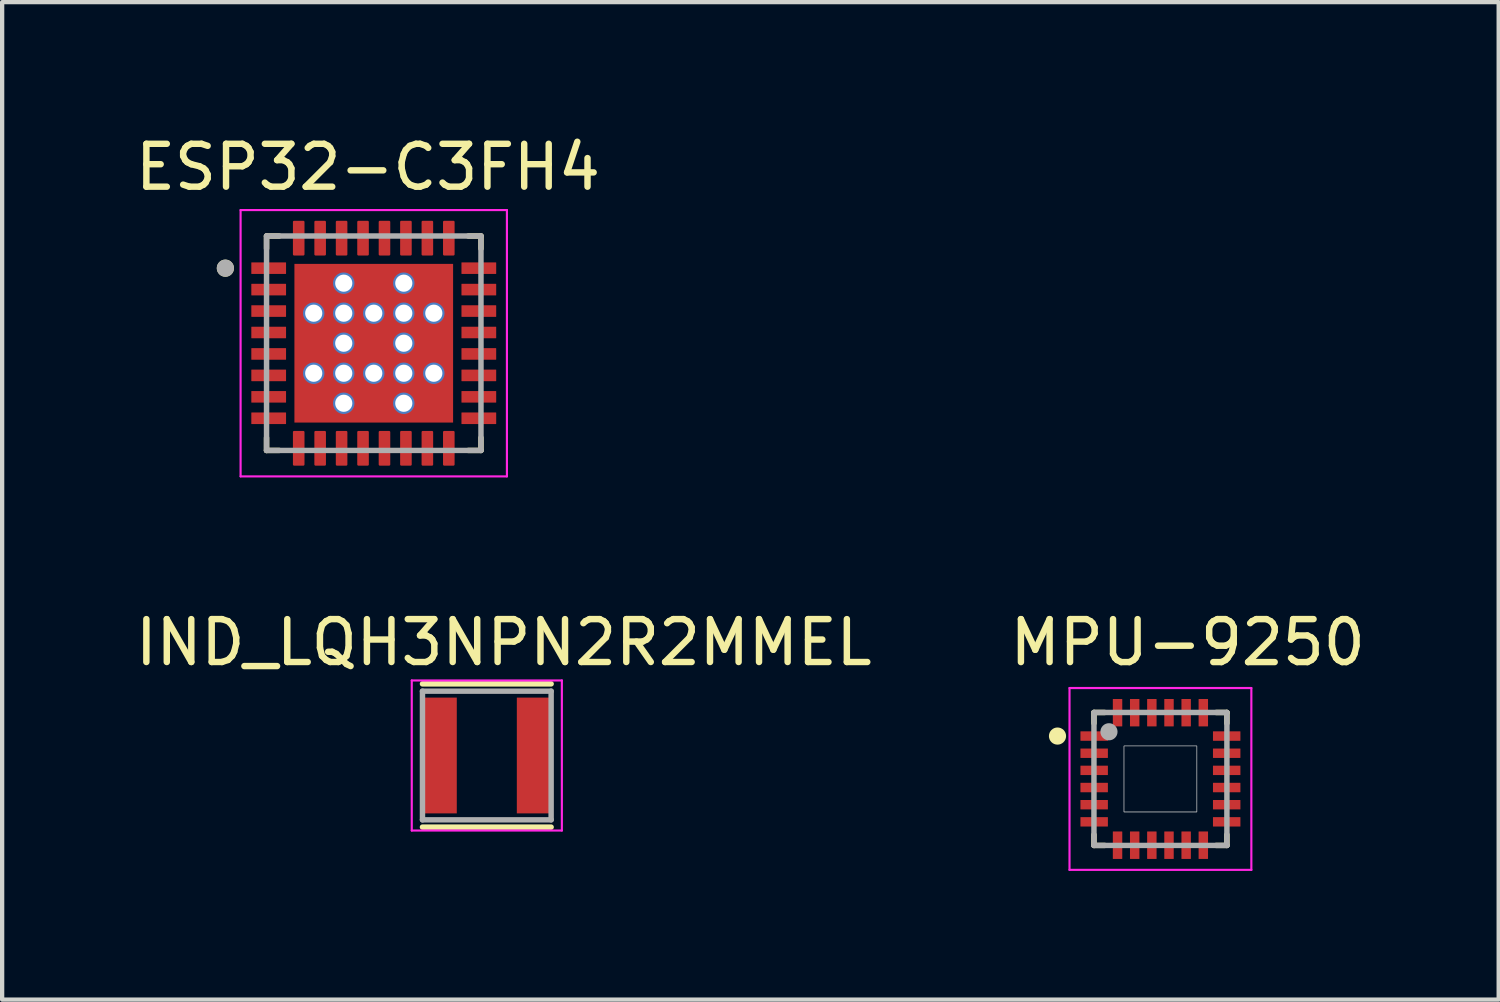
<source format=kicad_pcb>
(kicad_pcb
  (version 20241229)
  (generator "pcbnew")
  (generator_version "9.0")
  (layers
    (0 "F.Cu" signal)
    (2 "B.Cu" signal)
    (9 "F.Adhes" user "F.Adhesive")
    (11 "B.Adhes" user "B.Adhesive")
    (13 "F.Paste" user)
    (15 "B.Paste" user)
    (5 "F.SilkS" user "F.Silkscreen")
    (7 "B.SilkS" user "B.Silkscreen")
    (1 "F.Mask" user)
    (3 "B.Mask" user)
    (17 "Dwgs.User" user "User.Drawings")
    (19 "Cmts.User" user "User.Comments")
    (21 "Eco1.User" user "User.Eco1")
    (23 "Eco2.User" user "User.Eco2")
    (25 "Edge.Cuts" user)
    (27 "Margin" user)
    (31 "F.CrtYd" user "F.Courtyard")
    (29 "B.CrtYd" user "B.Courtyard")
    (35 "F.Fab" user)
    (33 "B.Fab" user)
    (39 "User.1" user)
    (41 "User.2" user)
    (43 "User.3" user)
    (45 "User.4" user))
  (footprint "IND_LQH3NPN2R2MMEL"
    (layer "F.Cu")
    (at 8.301 14.566)
    (property "Reference" "IND_LQH3NPN2R2MMEL" (at 0.395 -2.635 0) (layer "F.SilkS") (effects (font (size 1 1) (thickness 0.15))))
    (attr through_hole)
    (fp_line (start -1.5 -1.67) (end 1.5 -1.67) (stroke (width 0.127) (type solid)) (layer "F.SilkS"))
    (fp_line (start -1.5 1.67) (end 1.5 1.67) (stroke (width 0.127) (type solid)) (layer "F.SilkS"))
    (fp_line (start -1.75 -1.75) (end 1.75 -1.75) (stroke (width 0.05) (type solid)) (layer "F.CrtYd"))
    (fp_line (start -1.75 1.75) (end -1.75 -1.75) (stroke (width 0.05) (type solid)) (layer "F.CrtYd"))
    (fp_line (start 1.75 -1.75) (end 1.75 1.75) (stroke (width 0.05) (type solid)) (layer "F.CrtYd"))
    (fp_line (start 1.75 1.75) (end -1.75 1.75) (stroke (width 0.05) (type solid)) (layer "F.CrtYd"))
    (fp_line (start -1.5 -1.5) (end 1.5 -1.5) (stroke (width 0.127) (type solid)) (layer "F.Fab"))
    (fp_line (start -1.5 1.5) (end -1.5 -1.5) (stroke (width 0.127) (type solid)) (layer "F.Fab"))
    (fp_line (start 1.5 -1.5) (end 1.5 1.5) (stroke (width 0.127) (type solid)) (layer "F.Fab"))
    (fp_line (start 1.5 1.5) (end -1.5 1.5) (stroke (width 0.127) (type solid)) (layer "F.Fab"))
    (pad "1" smd rect (at -1.1 0) (size 0.8 2.7) (layers "F.Cu" "F.Mask" "F.Paste"))
    (pad "2" smd rect (at 1.1 0 180) (size 0.8 2.7) (layers "F.Cu" "F.Mask" "F.Paste")))
  (footprint "ESP32-C3FH4"
    (layer "F.Cu")
    (at 5.665 4.953)
    (property "Reference" "ESP32-C3FH4" (at -0.135 -4.105 0) (layer "F.SilkS") (effects (font (size 1 1) (thickness 0.15))))
    (attr through_hole)
    (fp_line (start -2.5 -2.5) (end -2.5 -2.205) (stroke (width 0.127) (type solid)) (layer "F.SilkS"))
    (fp_line (start -2.5 -2.5) (end -2.205 -2.5) (stroke (width 0.127) (type solid)) (layer "F.SilkS"))
    (fp_line (start -2.5 2.5) (end -2.5 2.205) (stroke (width 0.127) (type solid)) (layer "F.SilkS"))
    (fp_line (start -2.5 2.5) (end -2.205 2.5) (stroke (width 0.127) (type solid)) (layer "F.SilkS"))
    (fp_line (start 2.5 -2.5) (end 2.205 -2.5) (stroke (width 0.127) (type solid)) (layer "F.SilkS"))
    (fp_line (start 2.5 -2.5) (end 2.5 -2.205) (stroke (width 0.127) (type solid)) (layer "F.SilkS"))
    (fp_line (start 2.5 2.5) (end 2.205 2.5) (stroke (width 0.127) (type solid)) (layer "F.SilkS"))
    (fp_line (start 2.5 2.5) (end 2.5 2.205) (stroke (width 0.127) (type solid)) (layer "F.SilkS"))
    (fp_circle (center -3.46 -1.75) (end -3.36 -1.75) (stroke (width 0.2) (type solid)) (fill no) (layer "F.SilkS"))
    (fp_poly (pts (xy -1.85 -1.85) (xy -0.95 -1.85) (xy -0.95 -0.95) (xy -1.85 -0.95)) (stroke (width 0.01) (type solid)) (fill yes) (layer "F.Paste"))
    (fp_poly (pts (xy -1.85 -0.45) (xy -0.95 -0.45) (xy -0.95 0.45) (xy -1.85 0.45)) (stroke (width 0.01) (type solid)) (fill yes) (layer "F.Paste"))
    (fp_poly (pts (xy -1.85 0.95) (xy -0.95 0.95) (xy -0.95 1.85) (xy -1.85 1.85)) (stroke (width 0.01) (type solid)) (fill yes) (layer "F.Paste"))
    (fp_poly (pts (xy -0.45 -1.85) (xy 0.45 -1.85) (xy 0.45 -0.95) (xy -0.45 -0.95)) (stroke (width 0.01) (type solid)) (fill yes) (layer "F.Paste"))
    (fp_poly (pts (xy -0.45 -0.45) (xy 0.45 -0.45) (xy 0.45 0.45) (xy -0.45 0.45)) (stroke (width 0.01) (type solid)) (fill yes) (layer "F.Paste"))
    (fp_poly (pts (xy -0.45 0.95) (xy 0.45 0.95) (xy 0.45 1.85) (xy -0.45 1.85)) (stroke (width 0.01) (type solid)) (fill yes) (layer "F.Paste"))
    (fp_poly (pts (xy 0.95 -1.85) (xy 1.85 -1.85) (xy 1.85 -0.95) (xy 0.95 -0.95)) (stroke (width 0.01) (type solid)) (fill yes) (layer "F.Paste"))
    (fp_poly (pts (xy 0.95 -0.45) (xy 1.85 -0.45) (xy 1.85 0.45) (xy 0.95 0.45)) (stroke (width 0.01) (type solid)) (fill yes) (layer "F.Paste"))
    (fp_poly (pts (xy 0.95 0.95) (xy 1.85 0.95) (xy 1.85 1.85) (xy 0.95 1.85)) (stroke (width 0.01) (type solid)) (fill yes) (layer "F.Paste"))
    (fp_line (start -3.105 -3.105) (end 3.105 -3.105) (stroke (width 0.05) (type solid)) (layer "F.CrtYd"))
    (fp_line (start -3.105 3.105) (end -3.105 -3.105) (stroke (width 0.05) (type solid)) (layer "F.CrtYd"))
    (fp_line (start -3.105 3.105) (end 3.105 3.105) (stroke (width 0.05) (type solid)) (layer "F.CrtYd"))
    (fp_line (start 3.105 3.105) (end 3.105 -3.105) (stroke (width 0.05) (type solid)) (layer "F.CrtYd"))
    (fp_line (start -2.5 2.5) (end -2.5 -2.5) (stroke (width 0.127) (type solid)) (layer "F.Fab"))
    (fp_line (start 2.5 -2.5) (end -2.5 -2.5) (stroke (width 0.127) (type solid)) (layer "F.Fab"))
    (fp_line (start 2.5 2.5) (end -2.5 2.5) (stroke (width 0.127) (type solid)) (layer "F.Fab"))
    (fp_line (start 2.5 2.5) (end 2.5 -2.5) (stroke (width 0.127) (type solid)) (layer "F.Fab"))
    (fp_circle (center -3.46 -1.75) (end -3.36 -1.75) (stroke (width 0.2) (type solid)) (fill no) (layer "F.Fab"))
    (pad "1" smd roundrect (at -2.45 -1.75) (size 0.81 0.27) (layers "F.Cu" "F.Mask" "F.Paste") (roundrect_rratio 0.03))
    (pad "2" smd roundrect (at -2.45 -1.25) (size 0.81 0.27) (layers "F.Cu" "F.Mask" "F.Paste") (roundrect_rratio 0.03))
    (pad "3" smd roundrect (at -2.45 -0.75) (size 0.81 0.27) (layers "F.Cu" "F.Mask" "F.Paste") (roundrect_rratio 0.03))
    (pad "4" smd roundrect (at -2.45 -0.25) (size 0.81 0.27) (layers "F.Cu" "F.Mask" "F.Paste") (roundrect_rratio 0.03))
    (pad "5" smd roundrect (at -2.45 0.25) (size 0.81 0.27) (layers "F.Cu" "F.Mask" "F.Paste") (roundrect_rratio 0.03))
    (pad "6" smd roundrect (at -2.45 0.75) (size 0.81 0.27) (layers "F.Cu" "F.Mask" "F.Paste") (roundrect_rratio 0.03))
    (pad "7" smd roundrect (at -2.45 1.25) (size 0.81 0.27) (layers "F.Cu" "F.Mask" "F.Paste") (roundrect_rratio 0.03))
    (pad "8" smd roundrect (at -2.45 1.75) (size 0.81 0.27) (layers "F.Cu" "F.Mask" "F.Paste") (roundrect_rratio 0.03))
    (pad "9" smd roundrect (at -1.75 2.45) (size 0.27 0.81) (layers "F.Cu" "F.Mask" "F.Paste") (roundrect_rratio 0.1))
    (pad "10" smd roundrect (at -1.25 2.45) (size 0.27 0.81) (layers "F.Cu" "F.Mask" "F.Paste") (roundrect_rratio 0.1))
    (pad "11" smd roundrect (at -0.75 2.45) (size 0.27 0.81) (layers "F.Cu" "F.Mask" "F.Paste") (roundrect_rratio 0.1))
    (pad "12" smd roundrect (at -0.25 2.45) (size 0.27 0.81) (layers "F.Cu" "F.Mask" "F.Paste") (roundrect_rratio 0.1))
    (pad "13" smd roundrect (at 0.25 2.45) (size 0.27 0.81) (layers "F.Cu" "F.Mask" "F.Paste") (roundrect_rratio 0.1))
    (pad "14" smd roundrect (at 0.75 2.45) (size 0.27 0.81) (layers "F.Cu" "F.Mask" "F.Paste") (roundrect_rratio 0.1))
    (pad "15" smd roundrect (at 1.25 2.45) (size 0.27 0.81) (layers "F.Cu" "F.Mask" "F.Paste") (roundrect_rratio 0.1))
    (pad "16" smd roundrect (at 1.75 2.45) (size 0.27 0.81) (layers "F.Cu" "F.Mask" "F.Paste") (roundrect_rratio 0.1))
    (pad "17" smd roundrect (at 2.45 1.75) (size 0.81 0.27) (layers "F.Cu" "F.Mask" "F.Paste") (roundrect_rratio 0.03))
    (pad "18" smd roundrect (at 2.45 1.25) (size 0.81 0.27) (layers "F.Cu" "F.Mask" "F.Paste") (roundrect_rratio 0.03))
    (pad "19" smd roundrect (at 2.45 0.75) (size 0.81 0.27) (layers "F.Cu" "F.Mask" "F.Paste") (roundrect_rratio 0.03))
    (pad "20" smd roundrect (at 2.45 0.25) (size 0.81 0.27) (layers "F.Cu" "F.Mask" "F.Paste") (roundrect_rratio 0.03))
    (pad "21" smd roundrect (at 2.45 -0.25) (size 0.81 0.27) (layers "F.Cu" "F.Mask" "F.Paste") (roundrect_rratio 0.03))
    (pad "22" smd roundrect (at 2.45 -0.75) (size 0.81 0.27) (layers "F.Cu" "F.Mask" "F.Paste") (roundrect_rratio 0.03))
    (pad "23" smd roundrect (at 2.45 -1.25) (size 0.81 0.27) (layers "F.Cu" "F.Mask" "F.Paste") (roundrect_rratio 0.03))
    (pad "24" smd roundrect (at 2.45 -1.75) (size 0.81 0.27) (layers "F.Cu" "F.Mask" "F.Paste") (roundrect_rratio 0.03))
    (pad "25" smd roundrect (at 1.75 -2.45) (size 0.27 0.81) (layers "F.Cu" "F.Mask" "F.Paste") (roundrect_rratio 0.1))
    (pad "26" smd roundrect (at 1.25 -2.45) (size 0.27 0.81) (layers "F.Cu" "F.Mask" "F.Paste") (roundrect_rratio 0.1))
    (pad "27" smd roundrect (at 0.75 -2.45) (size 0.27 0.81) (layers "F.Cu" "F.Mask" "F.Paste") (roundrect_rratio 0.1))
    (pad "28" smd roundrect (at 0.25 -2.45) (size 0.27 0.81) (layers "F.Cu" "F.Mask" "F.Paste") (roundrect_rratio 0.1))
    (pad "29" smd roundrect (at -0.25 -2.45) (size 0.27 0.81) (layers "F.Cu" "F.Mask" "F.Paste") (roundrect_rratio 0.1))
    (pad "30" smd roundrect (at -0.75 -2.45) (size 0.27 0.81) (layers "F.Cu" "F.Mask" "F.Paste") (roundrect_rratio 0.1))
    (pad "31" smd roundrect (at -1.25 -2.45) (size 0.27 0.81) (layers "F.Cu" "F.Mask" "F.Paste") (roundrect_rratio 0.1))
    (pad "32" smd roundrect (at -1.75 -2.45) (size 0.27 0.81) (layers "F.Cu" "F.Mask" "F.Paste") (roundrect_rratio 0.1))
    (pad "33" smd rect (at 0 0) (size 3.7 3.7) (layers "F.Cu" "F.Mask"))
    (pad "34" thru_hole circle (at -0.7 -1.4) (size 0.5 0.5) (drill 0.4) (layers "*.Cu"))
    (pad "35" thru_hole circle (at 0.7 -1.4) (size 0.5 0.5) (drill 0.4) (layers "*.Cu"))
    (pad "36" thru_hole circle (at -1.4 -0.7) (size 0.5 0.5) (drill 0.4) (layers "*.Cu"))
    (pad "37" thru_hole circle (at -0.7 -0.7) (size 0.5 0.5) (drill 0.4) (layers "*.Cu"))
    (pad "38" thru_hole circle (at 0 -0.7) (size 0.5 0.5) (drill 0.4) (layers "*.Cu"))
    (pad "39" thru_hole circle (at 0.7 -0.7) (size 0.5 0.5) (drill 0.4) (layers "*.Cu"))
    (pad "40" thru_hole circle (at 1.4 -0.7) (size 0.5 0.5) (drill 0.4) (layers "*.Cu"))
    (pad "41" thru_hole circle (at -0.7 0) (size 0.5 0.5) (drill 0.4) (layers "*.Cu"))
    (pad "42" thru_hole circle (at 0.7 0) (size 0.5 0.5) (drill 0.4) (layers "*.Cu"))
    (pad "43" thru_hole circle (at -1.4 0.7) (size 0.5 0.5) (drill 0.4) (layers "*.Cu"))
    (pad "44" thru_hole circle (at -0.7 0.7) (size 0.5 0.5) (drill 0.4) (layers "*.Cu"))
    (pad "45" thru_hole circle (at 0 0.7) (size 0.5 0.5) (drill 0.4) (layers "*.Cu"))
    (pad "46" thru_hole circle (at 0.7 0.7) (size 0.5 0.5) (drill 0.4) (layers "*.Cu"))
    (pad "47" thru_hole circle (at 1.4 0.7) (size 0.5 0.5) (drill 0.4) (layers "*.Cu"))
    (pad "48" thru_hole circle (at -0.7 1.4) (size 0.5 0.5) (drill 0.4) (layers "*.Cu"))
    (pad "49" thru_hole circle (at 0.7 1.4) (size 0.5 0.5) (drill 0.4) (layers "*.Cu")))
  (footprint "MPU-9250"
    (layer "F.Cu")
    (at 24.008 15.113)
    (property "Reference" "MPU-9250" (at 0.636 -3.181 0) (layer "F.SilkS") (effects (font (size 1.002 1.002) (thickness 0.15))))
    (attr through_hole)
    (fp_line (start -1.55 -1.55) (end -1.55 -1.3) (stroke (width 0.127) (type solid)) (layer "F.SilkS"))
    (fp_line (start -1.55 1.3) (end -1.55 1.55) (stroke (width 0.127) (type solid)) (layer "F.SilkS"))
    (fp_line (start -1.55 1.55) (end -1.3 1.55) (stroke (width 0.127) (type solid)) (layer "F.SilkS"))
    (fp_line (start -1.3 -1.55) (end -1.55 -1.55) (stroke (width 0.127) (type solid)) (layer "F.SilkS"))
    (fp_line (start 1.3 -1.55) (end 1.55 -1.55) (stroke (width 0.127) (type solid)) (layer "F.SilkS"))
    (fp_line (start 1.55 -1.55) (end 1.55 -1.3) (stroke (width 0.127) (type solid)) (layer "F.SilkS"))
    (fp_line (start 1.55 1.3) (end 1.55 1.55) (stroke (width 0.127) (type solid)) (layer "F.SilkS"))
    (fp_line (start 1.55 1.55) (end 1.3 1.55) (stroke (width 0.127) (type solid)) (layer "F.SilkS"))
    (fp_circle (center -2.4 -1) (end -2.3 -1) (stroke (width 0.2) (type solid)) (fill no) (layer "F.SilkS"))
    (fp_poly (pts (xy -0.85 -0.77) (xy 0.85 -0.77) (xy 0.85 0.77) (xy -0.85 0.77)) (stroke (width 0.01) (type solid)) (fill no) (layer "Dwgs.User"))
    (fp_poly (pts (xy -0.85 -0.77) (xy 0.85 -0.77) (xy 0.85 0.77) (xy -0.85 0.77)) (stroke (width 0.01) (type solid)) (fill no) (layer "Dwgs.User"))
    (fp_line (start -2.12 -2.12) (end 2.12 -2.12) (stroke (width 0.05) (type solid)) (layer "F.CrtYd"))
    (fp_line (start -2.12 2.12) (end -2.12 -2.12) (stroke (width 0.05) (type solid)) (layer "F.CrtYd"))
    (fp_line (start 2.12 -2.12) (end 2.12 2.12) (stroke (width 0.05) (type solid)) (layer "F.CrtYd"))
    (fp_line (start 2.12 2.12) (end -2.12 2.12) (stroke (width 0.05) (type solid)) (layer "F.CrtYd"))
    (fp_line (start -1.55 -1.55) (end 1.55 -1.55) (stroke (width 0.127) (type solid)) (layer "F.Fab"))
    (fp_line (start -1.55 1.55) (end -1.55 -1.55) (stroke (width 0.127) (type solid)) (layer "F.Fab"))
    (fp_line (start 1.55 -1.55) (end 1.55 1.55) (stroke (width 0.127) (type solid)) (layer "F.Fab"))
    (fp_line (start 1.55 1.55) (end -1.55 1.55) (stroke (width 0.127) (type solid)) (layer "F.Fab"))
    (fp_circle (center -1.2 -1.1) (end -1.1 -1.1) (stroke (width 0.2) (type solid)) (fill no) (layer "F.Fab"))
    (pad "1" smd roundrect (at -1.545 -1) (size 0.64 0.22) (layers "F.Cu" "F.Mask" "F.Paste") (roundrect_rratio 0.03))
    (pad "2" smd roundrect (at -1.545 -0.6) (size 0.64 0.22) (layers "F.Cu" "F.Mask" "F.Paste") (roundrect_rratio 0.03))
    (pad "3" smd roundrect (at -1.545 -0.2) (size 0.64 0.22) (layers "F.Cu" "F.Mask" "F.Paste") (roundrect_rratio 0.03))
    (pad "4" smd roundrect (at -1.545 0.2) (size 0.64 0.22) (layers "F.Cu" "F.Mask" "F.Paste") (roundrect_rratio 0.03))
    (pad "5" smd roundrect (at -1.545 0.6) (size 0.64 0.22) (layers "F.Cu" "F.Mask" "F.Paste") (roundrect_rratio 0.03))
    (pad "6" smd roundrect (at -1.545 1) (size 0.64 0.22) (layers "F.Cu" "F.Mask" "F.Paste") (roundrect_rratio 0.03))
    (pad "7" smd roundrect (at -1 1.545 90) (size 0.64 0.22) (layers "F.Cu" "F.Mask" "F.Paste") (roundrect_rratio 0.03))
    (pad "8" smd roundrect (at -0.6 1.545 90) (size 0.64 0.22) (layers "F.Cu" "F.Mask" "F.Paste") (roundrect_rratio 0.03))
    (pad "9" smd roundrect (at -0.2 1.545 90) (size 0.64 0.22) (layers "F.Cu" "F.Mask" "F.Paste") (roundrect_rratio 0.03))
    (pad "10" smd roundrect (at 0.2 1.545 90) (size 0.64 0.22) (layers "F.Cu" "F.Mask" "F.Paste") (roundrect_rratio 0.03))
    (pad "11" smd roundrect (at 0.6 1.545 90) (size 0.64 0.22) (layers "F.Cu" "F.Mask" "F.Paste") (roundrect_rratio 0.03))
    (pad "12" smd roundrect (at 1 1.545 90) (size 0.64 0.22) (layers "F.Cu" "F.Mask" "F.Paste") (roundrect_rratio 0.03))
    (pad "13" smd roundrect (at 1.545 1 180) (size 0.64 0.22) (layers "F.Cu" "F.Mask" "F.Paste") (roundrect_rratio 0.03))
    (pad "14" smd roundrect (at 1.545 0.6 180) (size 0.64 0.22) (layers "F.Cu" "F.Mask" "F.Paste") (roundrect_rratio 0.03))
    (pad "15" smd roundrect (at 1.545 0.2 180) (size 0.64 0.22) (layers "F.Cu" "F.Mask" "F.Paste") (roundrect_rratio 0.03))
    (pad "16" smd roundrect (at 1.545 -0.2 180) (size 0.64 0.22) (layers "F.Cu" "F.Mask" "F.Paste") (roundrect_rratio 0.03))
    (pad "17" smd roundrect (at 1.545 -0.6 180) (size 0.64 0.22) (layers "F.Cu" "F.Mask" "F.Paste") (roundrect_rratio 0.03))
    (pad "18" smd roundrect (at 1.545 -1 180) (size 0.64 0.22) (layers "F.Cu" "F.Mask" "F.Paste") (roundrect_rratio 0.03))
    (pad "19" smd roundrect (at 1 -1.545 270) (size 0.64 0.22) (layers "F.Cu" "F.Mask" "F.Paste") (roundrect_rratio 0.03))
    (pad "20" smd roundrect (at 0.6 -1.545 270) (size 0.64 0.22) (layers "F.Cu" "F.Mask" "F.Paste") (roundrect_rratio 0.03))
    (pad "21" smd roundrect (at 0.2 -1.545 270) (size 0.64 0.22) (layers "F.Cu" "F.Mask" "F.Paste") (roundrect_rratio 0.03))
    (pad "22" smd roundrect (at -0.2 -1.545 270) (size 0.64 0.22) (layers "F.Cu" "F.Mask" "F.Paste") (roundrect_rratio 0.03))
    (pad "23" smd roundrect (at -0.6 -1.545 270) (size 0.64 0.22) (layers "F.Cu" "F.Mask" "F.Paste") (roundrect_rratio 0.03))
    (pad "24" smd roundrect (at -1 -1.545 270) (size 0.64 0.22) (layers "F.Cu" "F.Mask" "F.Paste") (roundrect_rratio 0.03)))
  (gr_rect
    (start -3 -3)
    (end 31.895 20.258)
    (stroke (width 0.1) (type default))
    (fill no)
    (layer "Edge.Cuts")))
</source>
